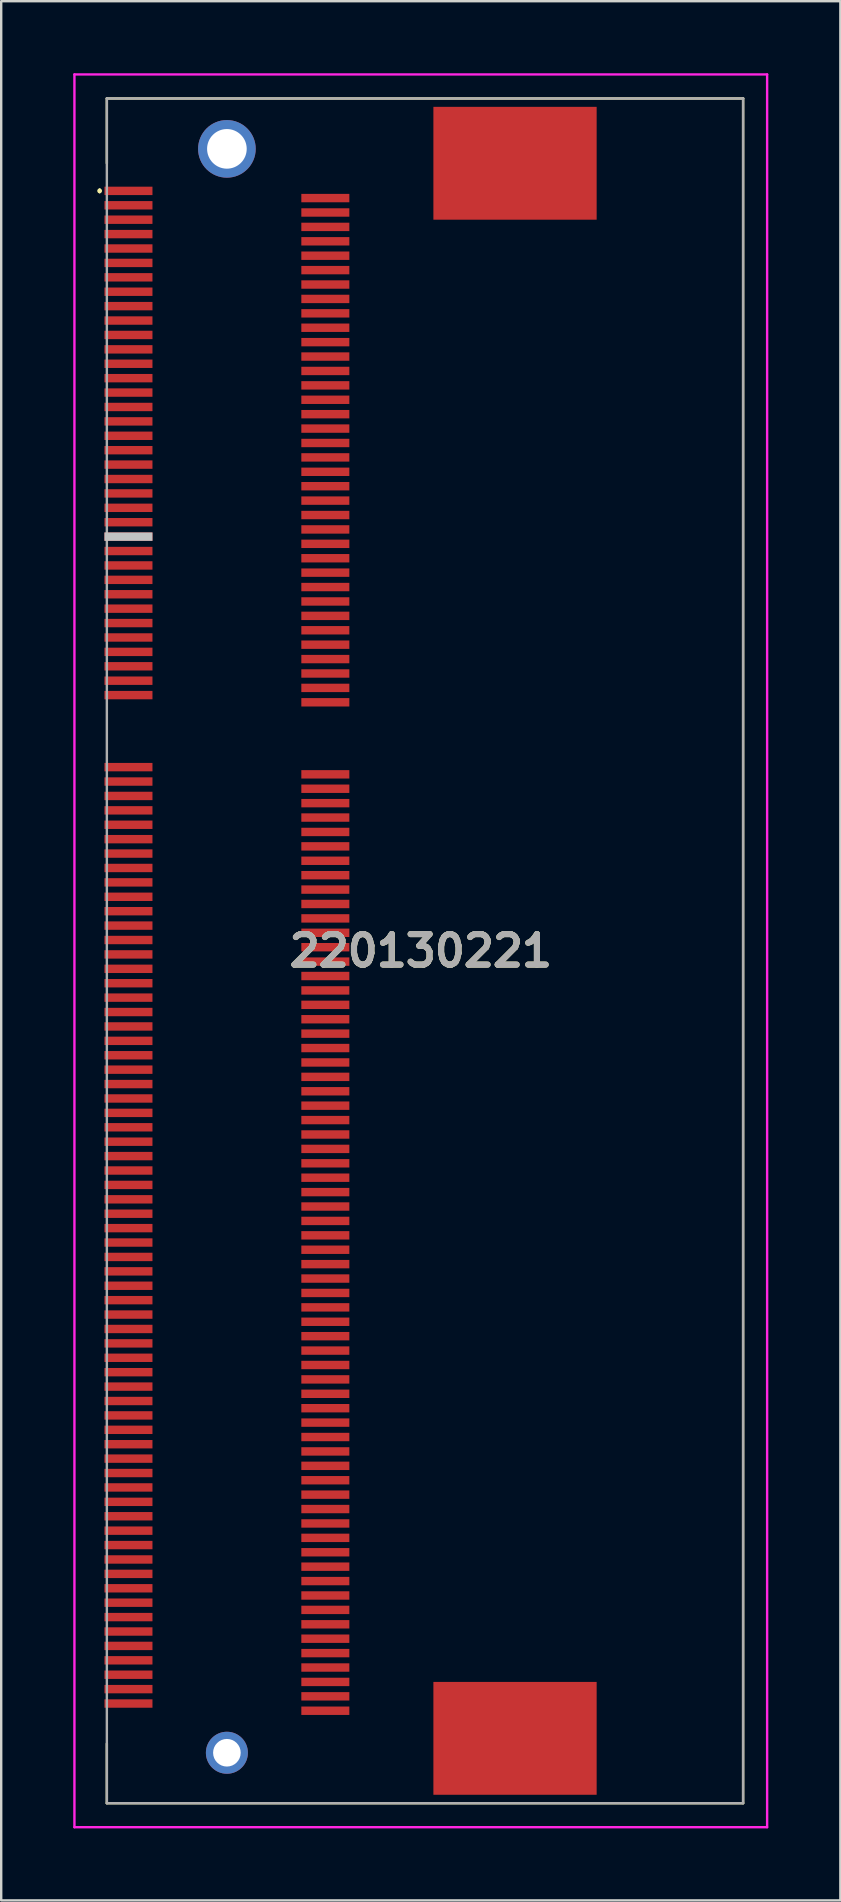
<source format=kicad_pcb>
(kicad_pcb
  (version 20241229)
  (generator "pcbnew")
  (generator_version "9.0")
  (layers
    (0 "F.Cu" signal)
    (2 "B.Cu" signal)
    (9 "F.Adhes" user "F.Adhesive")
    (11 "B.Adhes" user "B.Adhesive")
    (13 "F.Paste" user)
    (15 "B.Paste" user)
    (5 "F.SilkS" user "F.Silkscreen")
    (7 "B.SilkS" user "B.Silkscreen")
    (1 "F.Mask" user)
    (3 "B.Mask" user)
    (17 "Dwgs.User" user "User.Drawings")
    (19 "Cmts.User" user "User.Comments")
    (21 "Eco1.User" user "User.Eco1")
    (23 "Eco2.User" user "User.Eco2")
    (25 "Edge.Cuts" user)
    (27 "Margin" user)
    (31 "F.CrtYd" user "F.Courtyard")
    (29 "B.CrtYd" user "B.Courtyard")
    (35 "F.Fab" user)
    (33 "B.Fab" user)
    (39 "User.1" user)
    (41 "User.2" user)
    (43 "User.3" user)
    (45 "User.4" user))
  (footprint "220130221"
    (layer "F.Cu")
    (at 6.4 36.55)
    (property "Reference" "220130221" (at 8.075 0 0) (layer "F.SilkS") (effects (font (size 1.27 1.27) (thickness 0.254))))
    (attr through_hole)
    (fp_line (start -5.3 -31.7) (end -5.3 -31.7) (stroke (width 0.1) (type solid)) (layer "F.SilkS"))
    (fp_line (start -5.3 -31.6) (end -5.3 -31.6) (stroke (width 0.1) (type solid)) (layer "F.SilkS"))
    (fp_line (start -5 -35.5) (end 21.5 -35.5) (stroke (width 0.1) (type solid)) (layer "F.SilkS"))
    (fp_line (start -5 -32.8) (end -5 -35.5) (stroke (width 0.1) (type solid)) (layer "F.SilkS"))
    (fp_line (start -5 35.5) (end -5 33.02) (stroke (width 0.1) (type solid)) (layer "F.SilkS"))
    (fp_line (start 21.5 -35.5) (end 21.5 35.5) (stroke (width 0.1) (type solid)) (layer "F.SilkS"))
    (fp_line (start 21.5 35.5) (end -5 35.5) (stroke (width 0.1) (type solid)) (layer "F.SilkS"))
    (fp_arc (start -5.3 -31.7) (mid -5.25 -31.65) (end -5.3 -31.6) (stroke (width 0.1) (type solid)) (layer "F.SilkS"))
    (fp_arc (start -5.3 -31.6) (mid -5.35 -31.65) (end -5.3 -31.7) (stroke (width 0.1) (type solid)) (layer "F.SilkS"))
    (fp_line (start -6.35 -36.5) (end 22.5 -36.5) (stroke (width 0.1) (type solid)) (layer "F.CrtYd"))
    (fp_line (start -6.35 36.5) (end -6.35 -36.5) (stroke (width 0.1) (type solid)) (layer "F.CrtYd"))
    (fp_line (start 22.5 -36.5) (end 22.5 36.5) (stroke (width 0.1) (type solid)) (layer "F.CrtYd"))
    (fp_line (start 22.5 36.5) (end -6.35 36.5) (stroke (width 0.1) (type solid)) (layer "F.CrtYd"))
    (fp_line (start -5 -35.5) (end 21.5 -35.5) (stroke (width 0.1) (type solid)) (layer "F.Fab"))
    (fp_line (start -5 35.5) (end -5 -35.5) (stroke (width 0.1) (type solid)) (layer "F.Fab"))
    (fp_line (start 21.5 -35.5) (end 21.5 35.5) (stroke (width 0.1) (type solid)) (layer "F.Fab"))
    (fp_line (start 21.5 35.5) (end -5 35.5) (stroke (width 0.1) (type solid)) (layer "F.Fab"))
    (fp_text user "${REFERENCE}" (at 8.075 0 0) (layer "F.Fab") (effects (font (size 1.27 1.27) (thickness 0.254))))
    (pad "1" smd rect (at -4.1 -31.65 90) (size 0.35 2) (layers "F.Cu" "F.Mask" "F.Paste"))
    (pad "2" smd rect (at 4.1 -31.35 90) (size 0.35 2) (layers "F.Cu" "F.Mask" "F.Paste"))
    (pad "3" smd rect (at -4.1 -31.05 90) (size 0.35 2) (layers "F.Cu" "F.Mask" "F.Paste"))
    (pad "3" smd rect (at 4.1 -30.75 90) (size 0.35 2) (layers "F.Cu" "F.Mask" "F.Paste"))
    (pad "5" smd rect (at -4.1 -30.45 90) (size 0.35 2) (layers "F.Cu" "F.Mask" "F.Paste"))
    (pad "5" smd rect (at 4.1 -30.15 90) (size 0.35 2) (layers "F.Cu" "F.Mask" "F.Paste"))
    (pad "7" smd rect (at -4.1 -29.85 90) (size 0.35 2) (layers "F.Cu" "F.Mask" "F.Paste"))
    (pad "7" smd rect (at 4.1 -29.55 90) (size 0.35 2) (layers "F.Cu" "F.Mask" "F.Paste"))
    (pad "9" smd rect (at -4.1 -29.25 90) (size 0.35 2) (layers "F.Cu" "F.Mask" "F.Paste"))
    (pad "9" smd rect (at 4.1 -28.95 90) (size 0.35 2) (layers "F.Cu" "F.Mask" "F.Paste"))
    (pad "11" smd rect (at -4.1 -28.65 90) (size 0.35 2) (layers "F.Cu" "F.Mask" "F.Paste"))
    (pad "11" smd rect (at 4.1 -28.35 90) (size 0.35 2) (layers "F.Cu" "F.Mask" "F.Paste"))
    (pad "13" smd rect (at -4.1 -28.05 90) (size 0.35 2) (layers "F.Cu" "F.Mask" "F.Paste"))
    (pad "13" smd rect (at 4.1 -27.75 90) (size 0.35 2) (layers "F.Cu" "F.Mask" "F.Paste"))
    (pad "15" smd rect (at -4.1 -27.45 90) (size 0.35 2) (layers "F.Cu" "F.Mask" "F.Paste"))
    (pad "15" smd rect (at 4.1 -27.15 90) (size 0.35 2) (layers "F.Cu" "F.Mask" "F.Paste"))
    (pad "17" smd rect (at -4.1 -26.85 90) (size 0.35 2) (layers "F.Cu" "F.Mask" "F.Paste"))
    (pad "17" smd rect (at 4.1 -26.55 90) (size 0.35 2) (layers "F.Cu" "F.Mask" "F.Paste"))
    (pad "19" smd rect (at -4.1 -26.25 90) (size 0.35 2) (layers "F.Cu" "F.Mask" "F.Paste"))
    (pad "19" smd rect (at 4.1 -25.95 90) (size 0.35 2) (layers "F.Cu" "F.Mask" "F.Paste"))
    (pad "21" smd rect (at -4.1 -25.65 90) (size 0.35 2) (layers "F.Cu" "F.Mask" "F.Paste" "Eco2.User"))
    (pad "21" smd rect (at 4.1 -25.35 90) (size 0.35 2) (layers "F.Cu" "F.Mask" "F.Paste"))
    (pad "23" smd rect (at -4.1 -25.05 90) (size 0.35 2) (layers "F.Cu" "F.Mask" "F.Paste"))
    (pad "23" smd rect (at 4.1 -24.75 90) (size 0.35 2) (layers "F.Cu" "F.Mask" "F.Paste"))
    (pad "25" smd rect (at -4.1 -24.45 90) (size 0.35 2) (layers "F.Cu" "F.Mask" "F.Paste"))
    (pad "25" smd rect (at 4.1 -24.15 90) (size 0.35 2) (layers "F.Cu" "F.Mask" "F.Paste"))
    (pad "27" smd rect (at -4.1 -23.85 90) (size 0.35 2) (layers "F.Cu" "F.Mask" "F.Paste"))
    (pad "27" smd rect (at 4.1 -23.55 90) (size 0.35 2) (layers "F.Cu" "F.Mask" "F.Paste"))
    (pad "29" smd rect (at -4.1 -23.25 90) (size 0.35 2) (layers "F.Cu" "F.Mask" "F.Paste"))
    (pad "29" smd rect (at 4.1 -22.95 90) (size 0.35 2) (layers "F.Cu" "F.Mask" "F.Paste"))
    (pad "31" smd rect (at -4.1 -22.65 90) (size 0.35 2) (layers "F.Cu" "F.Mask" "F.Paste"))
    (pad "31" smd rect (at 4.1 -22.35 90) (size 0.35 2) (layers "F.Cu" "F.Mask" "F.Paste"))
    (pad "33" smd rect (at -4.1 -22.05 90) (size 0.35 2) (layers "F.Cu" "F.Mask" "F.Paste"))
    (pad "33" smd rect (at 4.1 -21.75 90) (size 0.35 2) (layers "F.Cu" "F.Mask" "F.Paste"))
    (pad "35" smd rect (at -4.1 -21.45 90) (size 0.35 2) (layers "F.Cu" "F.Mask" "F.Paste"))
    (pad "35" smd rect (at 4.1 -21.15 90) (size 0.35 2) (layers "F.Cu" "F.Mask" "F.Paste"))
    (pad "37" smd rect (at -4.1 -20.85 90) (size 0.35 2) (layers "F.Cu" "F.Mask" "F.Paste"))
    (pad "37" smd rect (at 4.1 -20.55 90) (size 0.35 2) (layers "F.Cu" "F.Mask" "F.Paste"))
    (pad "39" smd rect (at -4.1 -20.25 90) (size 0.35 2) (layers "F.Cu" "F.Mask" "F.Paste"))
    (pad "39" smd rect (at 4.1 -19.95 90) (size 0.35 2) (layers "F.Cu" "F.Mask" "F.Paste"))
    (pad "41" smd rect (at -4.1 -19.65 90) (size 0.35 2) (layers "F.Cu" "F.Mask" "F.Paste"))
    (pad "41" smd rect (at 4.1 -19.35 90) (size 0.35 2) (layers "F.Cu" "F.Mask" "F.Paste"))
    (pad "43" smd rect (at -4.1 -19.05 90) (size 0.35 2) (layers "F.Cu" "F.Mask" "F.Paste"))
    (pad "43" smd rect (at 4.1 -18.75 90) (size 0.35 2) (layers "F.Cu" "F.Mask" "F.Paste"))
    (pad "45" smd rect (at -4.1 -18.45 90) (size 0.35 2) (layers "F.Cu" "F.Mask" "F.Paste"))
    (pad "45" smd rect (at 4.1 -18.15 90) (size 0.35 2) (layers "F.Cu" "F.Mask" "F.Paste"))
    (pad "47" smd rect (at -4.1 -17.85 90) (size 0.35 2) (layers "F.Cu" "F.Mask" "F.Paste"))
    (pad "47" smd rect (at 4.1 -17.55 90) (size 0.35 2) (layers "F.Cu" "F.Mask" "F.Paste"))
    (pad "49" smd rect (at -4.1 -17.25 90) (size 0.35 2) (layers "F.Cu" "F.Mask" "F.Paste" "Dwgs.User"))
    (pad "49" smd rect (at 4.1 -16.95 90) (size 0.35 2) (layers "F.Cu" "F.Mask" "F.Paste"))
    (pad "51" smd rect (at -4.1 -16.65 90) (size 0.35 2) (layers "F.Cu" "F.Mask" "F.Paste"))
    (pad "51" smd rect (at 4.1 -16.35 90) (size 0.35 2) (layers "F.Cu" "F.Mask" "F.Paste"))
    (pad "53" smd rect (at -4.1 -16.05 90) (size 0.35 2) (layers "F.Cu" "F.Mask" "F.Paste"))
    (pad "53" smd rect (at 4.1 -15.75 90) (size 0.35 2) (layers "F.Cu" "F.Mask" "F.Paste"))
    (pad "55" smd rect (at -4.1 -15.45 90) (size 0.35 2) (layers "F.Cu" "F.Mask" "F.Paste"))
    (pad "55" smd rect (at 4.1 -15.15 90) (size 0.35 2) (layers "F.Cu" "F.Mask" "F.Paste"))
    (pad "57" smd rect (at -4.1 -14.85 90) (size 0.35 2) (layers "F.Cu" "F.Mask" "F.Paste"))
    (pad "57" smd rect (at 4.1 -14.55 90) (size 0.35 2) (layers "F.Cu" "F.Mask" "F.Paste"))
    (pad "59" smd rect (at 4.1 -13.95 90) (size 0.35 2) (layers "F.Cu" "F.Mask" "F.Paste"))
    (pad "60" smd rect (at -4.1 -14.25 90) (size 0.35 2) (layers "F.Cu" "F.Mask" "F.Paste"))
    (pad "61" smd rect (at 4.1 -13.35 90) (size 0.35 2) (layers "F.Cu" "F.Mask" "F.Paste"))
    (pad "62" smd rect (at -4.1 -13.65 90) (size 0.35 2) (layers "F.Cu" "F.Mask" "F.Paste"))
    (pad "63" smd rect (at 4.1 -12.75 90) (size 0.35 2) (layers "F.Cu" "F.Mask" "F.Paste"))
    (pad "64" smd rect (at -4.1 -13.05 90) (size 0.35 2) (layers "F.Cu" "F.Mask" "F.Paste"))
    (pad "65" smd rect (at 4.1 -12.15 90) (size 0.35 2) (layers "F.Cu" "F.Mask" "F.Paste"))
    (pad "66" smd rect (at -4.1 -12.45 90) (size 0.35 2) (layers "F.Cu" "F.Mask" "F.Paste"))
    (pad "67" smd rect (at 4.1 -11.55 90) (size 0.35 2) (layers "F.Cu" "F.Mask" "F.Paste"))
    (pad "68" smd rect (at -4.1 -11.85 90) (size 0.35 2) (layers "F.Cu" "F.Mask" "F.Paste"))
    (pad "69" smd rect (at 4.1 -10.95 90) (size 0.35 2) (layers "F.Cu" "F.Mask" "F.Paste"))
    (pad "70" smd rect (at -4.1 -11.25 90) (size 0.35 2) (layers "F.Cu" "F.Mask" "F.Paste"))
    (pad "71" smd rect (at 4.1 -10.35 90) (size 0.35 2) (layers "F.Cu" "F.Mask" "F.Paste"))
    (pad "72" smd rect (at -4.1 -10.65 90) (size 0.35 2) (layers "F.Cu" "F.Mask" "F.Paste"))
    (pad "73" smd rect (at -4.1 -7.65 90) (size 0.35 2) (layers "F.Cu" "F.Mask" "F.Paste"))
    (pad "74" smd rect (at 4.1 -7.35 90) (size 0.35 2) (layers "F.Cu" "F.Mask" "F.Paste"))
    (pad "75" smd rect (at -4.1 -7.05 90) (size 0.35 2) (layers "F.Cu" "F.Mask" "F.Paste"))
    (pad "76" smd rect (at 4.1 -6.75 90) (size 0.35 2) (layers "F.Cu" "F.Mask" "F.Paste"))
    (pad "77" smd rect (at -4.1 -6.45 90) (size 0.35 2) (layers "F.Cu" "F.Mask" "F.Paste"))
    (pad "78" smd rect (at 4.1 -6.15 90) (size 0.35 2) (layers "F.Cu" "F.Mask" "F.Paste"))
    (pad "79" smd rect (at -4.1 -5.85 90) (size 0.35 2) (layers "F.Cu" "F.Mask" "F.Paste"))
    (pad "80" smd rect (at 4.1 -5.55 90) (size 0.35 2) (layers "F.Cu" "F.Mask" "F.Paste"))
    (pad "81" smd rect (at -4.1 -5.25 90) (size 0.35 2) (layers "F.Cu" "F.Mask" "F.Paste"))
    (pad "82" smd rect (at 4.1 -4.95 90) (size 0.35 2) (layers "F.Cu" "F.Mask" "F.Paste"))
    (pad "83" smd rect (at -4.1 -4.65 90) (size 0.35 2) (layers "F.Cu" "F.Mask" "F.Paste"))
    (pad "84" smd rect (at 4.1 -4.35 90) (size 0.35 2) (layers "F.Cu" "F.Mask" "F.Paste"))
    (pad "85" smd rect (at -4.1 -4.05 90) (size 0.35 2) (layers "F.Cu" "F.Mask" "F.Paste"))
    (pad "86" smd rect (at 4.1 -3.75 90) (size 0.35 2) (layers "F.Cu" "F.Mask" "F.Paste"))
    (pad "87" smd rect (at -4.1 -3.45 90) (size 0.35 2) (layers "F.Cu" "F.Mask" "F.Paste"))
    (pad "88" smd rect (at 4.1 -3.15 90) (size 0.35 2) (layers "F.Cu" "F.Mask" "F.Paste"))
    (pad "89" smd rect (at -4.1 -2.85 90) (size 0.35 2) (layers "F.Cu" "F.Mask" "F.Paste"))
    (pad "90" smd rect (at 4.1 -2.55 90) (size 0.35 2) (layers "F.Cu" "F.Mask" "F.Paste"))
    (pad "91" smd rect (at -4.1 -2.25 90) (size 0.35 2) (layers "F.Cu" "F.Mask" "F.Paste"))
    (pad "92" smd rect (at 4.1 -1.95 90) (size 0.35 2) (layers "F.Cu" "F.Mask" "F.Paste"))
    (pad "93" smd rect (at -4.1 -1.65 90) (size 0.35 2) (layers "F.Cu" "F.Mask" "F.Paste"))
    (pad "94" smd rect (at 4.1 -1.35 90) (size 0.35 2) (layers "F.Cu" "F.Mask" "F.Paste"))
    (pad "95" smd rect (at -4.1 -1.05 90) (size 0.35 2) (layers "F.Cu" "F.Mask" "F.Paste"))
    (pad "96" smd rect (at 4.1 -0.75 90) (size 0.35 2) (layers "F.Cu" "F.Mask" "F.Paste"))
    (pad "97" smd rect (at -4.1 -0.45 90) (size 0.35 2) (layers "F.Cu" "F.Mask" "F.Paste"))
    (pad "98" smd rect (at 4.1 -0.15 90) (size 0.35 2) (layers "F.Cu" "F.Mask" "F.Paste"))
    (pad "99" smd rect (at -4.1 0.15 90) (size 0.35 2) (layers "F.Cu" "F.Mask" "F.Paste"))
    (pad "100" smd rect (at 4.1 0.45 90) (size 0.35 2) (layers "F.Cu" "F.Mask" "F.Paste"))
    (pad "101" smd rect (at -4.1 0.75 90) (size 0.35 2) (layers "F.Cu" "F.Mask" "F.Paste"))
    (pad "102" smd rect (at 4.1 1.05 90) (size 0.35 2) (layers "F.Cu" "F.Mask" "F.Paste"))
    (pad "103" smd rect (at -4.1 1.35 90) (size 0.35 2) (layers "F.Cu" "F.Mask" "F.Paste"))
    (pad "104" smd rect (at 4.1 1.65 90) (size 0.35 2) (layers "F.Cu" "F.Mask" "F.Paste"))
    (pad "105" smd rect (at -4.1 1.95 90) (size 0.35 2) (layers "F.Cu" "F.Mask" "F.Paste"))
    (pad "106" smd rect (at 4.1 2.25 90) (size 0.35 2) (layers "F.Cu" "F.Mask" "F.Paste"))
    (pad "107" smd rect (at -4.1 2.55 90) (size 0.35 2) (layers "F.Cu" "F.Mask" "F.Paste"))
    (pad "108" smd rect (at 4.1 2.85 90) (size 0.35 2) (layers "F.Cu" "F.Mask" "F.Paste"))
    (pad "109" smd rect (at -4.1 3.15 90) (size 0.35 2) (layers "F.Cu" "F.Mask" "F.Paste"))
    (pad "110" smd rect (at 4.1 3.45 90) (size 0.35 2) (layers "F.Cu" "F.Mask" "F.Paste"))
    (pad "111" smd rect (at -4.1 3.75 90) (size 0.35 2) (layers "F.Cu" "F.Mask" "F.Paste"))
    (pad "112" smd rect (at 4.1 4.05 90) (size 0.35 2) (layers "F.Cu" "F.Mask" "F.Paste"))
    (pad "113" smd rect (at -4.1 4.35 90) (size 0.35 2) (layers "F.Cu" "F.Mask" "F.Paste"))
    (pad "114" smd rect (at 4.1 4.65 90) (size 0.35 2) (layers "F.Cu" "F.Mask" "F.Paste"))
    (pad "115" smd rect (at -4.1 4.95 90) (size 0.35 2) (layers "F.Cu" "F.Mask" "F.Paste"))
    (pad "116" smd rect (at 4.1 5.25 90) (size 0.35 2) (layers "F.Cu" "F.Mask" "F.Paste"))
    (pad "117" smd rect (at -4.1 5.55 90) (size 0.35 2) (layers "F.Cu" "F.Mask" "F.Paste"))
    (pad "118" smd rect (at 4.1 5.85 90) (size 0.35 2) (layers "F.Cu" "F.Mask" "F.Paste"))
    (pad "119" smd rect (at -4.1 6.15 90) (size 0.35 2) (layers "F.Cu" "F.Mask" "F.Paste"))
    (pad "120" smd rect (at 4.1 6.45 90) (size 0.35 2) (layers "F.Cu" "F.Mask" "F.Paste"))
    (pad "121" smd rect (at -4.1 6.75 90) (size 0.35 2) (layers "F.Cu" "F.Mask" "F.Paste"))
    (pad "122" smd rect (at 4.1 7.05 90) (size 0.35 2) (layers "F.Cu" "F.Mask" "F.Paste"))
    (pad "123" smd rect (at -4.1 7.35 90) (size 0.35 2) (layers "F.Cu" "F.Mask" "F.Paste"))
    (pad "124" smd rect (at 4.1 7.65 90) (size 0.35 2) (layers "F.Cu" "F.Mask" "F.Paste"))
    (pad "125" smd rect (at -4.1 7.95 90) (size 0.35 2) (layers "F.Cu" "F.Mask" "F.Paste"))
    (pad "126" smd rect (at 4.1 8.25 90) (size 0.35 2) (layers "F.Cu" "F.Mask" "F.Paste"))
    (pad "127" smd rect (at -4.1 8.55 90) (size 0.35 2) (layers "F.Cu" "F.Mask" "F.Paste"))
    (pad "128" smd rect (at 4.1 8.85 90) (size 0.35 2) (layers "F.Cu" "F.Mask" "F.Paste"))
    (pad "129" smd rect (at -4.1 9.15 90) (size 0.35 2) (layers "F.Cu" "F.Mask" "F.Paste"))
    (pad "130" smd rect (at 4.1 9.45 90) (size 0.35 2) (layers "F.Cu" "F.Mask" "F.Paste"))
    (pad "131" smd rect (at -4.1 9.75 90) (size 0.35 2) (layers "F.Cu" "F.Mask" "F.Paste"))
    (pad "132" smd rect (at 4.1 10.05 90) (size 0.35 2) (layers "F.Cu" "F.Mask" "F.Paste"))
    (pad "133" smd rect (at -4.1 10.35 90) (size 0.35 2) (layers "F.Cu" "F.Mask" "F.Paste"))
    (pad "134" smd rect (at 4.1 10.65 90) (size 0.35 2) (layers "F.Cu" "F.Mask" "F.Paste"))
    (pad "135" smd rect (at -4.1 10.95 90) (size 0.35 2) (layers "F.Cu" "F.Mask" "F.Paste"))
    (pad "136" smd rect (at 4.1 11.25 90) (size 0.35 2) (layers "F.Cu" "F.Mask" "F.Paste"))
    (pad "137" smd rect (at -4.1 11.55 90) (size 0.35 2) (layers "F.Cu" "F.Mask" "F.Paste"))
    (pad "138" smd rect (at 4.1 11.85 90) (size 0.35 2) (layers "F.Cu" "F.Mask" "F.Paste"))
    (pad "139" smd rect (at -4.1 12.15 90) (size 0.35 2) (layers "F.Cu" "F.Mask" "F.Paste"))
    (pad "140" smd rect (at 4.1 12.45 90) (size 0.35 2) (layers "F.Cu" "F.Mask" "F.Paste"))
    (pad "141" smd rect (at -4.1 12.75 90) (size 0.35 2) (layers "F.Cu" "F.Mask" "F.Paste"))
    (pad "142" smd rect (at 4.1 13.05 90) (size 0.35 2) (layers "F.Cu" "F.Mask" "F.Paste"))
    (pad "143" smd rect (at -4.1 13.35 90) (size 0.35 2) (layers "F.Cu" "F.Mask" "F.Paste"))
    (pad "144" smd rect (at 4.1 13.65 90) (size 0.35 2) (layers "F.Cu" "F.Mask" "F.Paste"))
    (pad "145" smd rect (at -4.1 13.95 90) (size 0.35 2) (layers "F.Cu" "F.Mask" "F.Paste"))
    (pad "146" smd rect (at 4.1 14.25 90) (size 0.35 2) (layers "F.Cu" "F.Mask" "F.Paste"))
    (pad "147" smd rect (at -4.1 14.55 90) (size 0.35 2) (layers "F.Cu" "F.Mask" "F.Paste"))
    (pad "148" smd rect (at 4.1 14.85 90) (size 0.35 2) (layers "F.Cu" "F.Mask" "F.Paste"))
    (pad "149" smd rect (at -4.1 15.15 90) (size 0.35 2) (layers "F.Cu" "F.Mask" "F.Paste"))
    (pad "150" smd rect (at 4.1 15.45 90) (size 0.35 2) (layers "F.Cu" "F.Mask" "F.Paste"))
    (pad "151" smd rect (at -4.1 15.75 90) (size 0.35 2) (layers "F.Cu" "F.Mask" "F.Paste"))
    (pad "152" smd rect (at 4.1 16.05 90) (size 0.35 2) (layers "F.Cu" "F.Mask" "F.Paste"))
    (pad "153" smd rect (at -4.1 16.35 90) (size 0.35 2) (layers "F.Cu" "F.Mask" "F.Paste"))
    (pad "154" smd rect (at 4.1 16.65 90) (size 0.35 2) (layers "F.Cu" "F.Mask" "F.Paste"))
    (pad "155" smd rect (at -4.1 16.95 90) (size 0.35 2) (layers "F.Cu" "F.Mask" "F.Paste"))
    (pad "156" smd rect (at 4.1 17.25 90) (size 0.35 2) (layers "F.Cu" "F.Mask" "F.Paste"))
    (pad "157" smd rect (at -4.1 17.55 90) (size 0.35 2) (layers "F.Cu" "F.Mask" "F.Paste"))
    (pad "158" smd rect (at 4.1 17.85 90) (size 0.35 2) (layers "F.Cu" "F.Mask" "F.Paste"))
    (pad "159" smd rect (at -4.1 18.15 90) (size 0.35 2) (layers "F.Cu" "F.Mask" "F.Paste"))
    (pad "160" smd rect (at 4.1 18.45 90) (size 0.35 2) (layers "F.Cu" "F.Mask" "F.Paste"))
    (pad "161" smd rect (at -4.1 18.75 90) (size 0.35 2) (layers "F.Cu" "F.Mask" "F.Paste"))
    (pad "162" smd rect (at 4.1 19.05 90) (size 0.35 2) (layers "F.Cu" "F.Mask" "F.Paste"))
    (pad "163" smd rect (at -4.1 19.35 90) (size 0.35 2) (layers "F.Cu" "F.Mask" "F.Paste"))
    (pad "164" smd rect (at 4.1 19.65 90) (size 0.35 2) (layers "F.Cu" "F.Mask" "F.Paste"))
    (pad "165" smd rect (at -4.1 19.95 90) (size 0.35 2) (layers "F.Cu" "F.Mask" "F.Paste"))
    (pad "166" smd rect (at 4.1 20.25 90) (size 0.35 2) (layers "F.Cu" "F.Mask" "F.Paste"))
    (pad "167" smd rect (at -4.1 20.55 90) (size 0.35 2) (layers "F.Cu" "F.Mask" "F.Paste"))
    (pad "168" smd rect (at 4.1 20.85 90) (size 0.35 2) (layers "F.Cu" "F.Mask" "F.Paste"))
    (pad "169" smd rect (at -4.1 21.15 90) (size 0.35 2) (layers "F.Cu" "F.Mask" "F.Paste"))
    (pad "170" smd rect (at 4.1 21.45 90) (size 0.35 2) (layers "F.Cu" "F.Mask" "F.Paste"))
    (pad "171" smd rect (at -4.1 21.75 90) (size 0.35 2) (layers "F.Cu" "F.Mask" "F.Paste"))
    (pad "172" smd rect (at 4.1 22.05 90) (size 0.35 2) (layers "F.Cu" "F.Mask" "F.Paste"))
    (pad "173" smd rect (at -4.1 22.35 90) (size 0.35 2) (layers "F.Cu" "F.Mask" "F.Paste"))
    (pad "174" smd rect (at 4.1 22.65 90) (size 0.35 2) (layers "F.Cu" "F.Mask" "F.Paste"))
    (pad "175" smd rect (at -4.1 22.95 90) (size 0.35 2) (layers "F.Cu" "F.Mask" "F.Paste"))
    (pad "176" smd rect (at 4.1 23.25 90) (size 0.35 2) (layers "F.Cu" "F.Mask" "F.Paste"))
    (pad "177" smd rect (at -4.1 23.55 90) (size 0.35 2) (layers "F.Cu" "F.Mask" "F.Paste"))
    (pad "178" smd rect (at 4.1 23.85 90) (size 0.35 2) (layers "F.Cu" "F.Mask" "F.Paste"))
    (pad "179" smd rect (at -4.1 24.15 90) (size 0.35 2) (layers "F.Cu" "F.Mask" "F.Paste"))
    (pad "180" smd rect (at 4.1 24.45 90) (size 0.35 2) (layers "F.Cu" "F.Mask" "F.Paste"))
    (pad "181" smd rect (at -4.1 24.75 90) (size 0.35 2) (layers "F.Cu" "F.Mask" "F.Paste"))
    (pad "182" smd rect (at 4.1 25.05 90) (size 0.35 2) (layers "F.Cu" "F.Mask" "F.Paste"))
    (pad "183" smd rect (at -4.1 25.35 90) (size 0.35 2) (layers "F.Cu" "F.Mask" "F.Paste"))
    (pad "184" smd rect (at 4.1 25.65 90) (size 0.35 2) (layers "F.Cu" "F.Mask" "F.Paste"))
    (pad "185" smd rect (at -4.1 25.95 90) (size 0.35 2) (layers "F.Cu" "F.Mask" "F.Paste"))
    (pad "186" smd rect (at 4.1 26.25 90) (size 0.35 2) (layers "F.Cu" "F.Mask" "F.Paste"))
    (pad "187" smd rect (at -4.1 26.55 90) (size 0.35 2) (layers "F.Cu" "F.Mask" "F.Paste"))
    (pad "188" smd rect (at 4.1 26.85 90) (size 0.35 2) (layers "F.Cu" "F.Mask" "F.Paste"))
    (pad "189" smd rect (at -4.1 27.15 90) (size 0.35 2) (layers "F.Cu" "F.Mask" "F.Paste"))
    (pad "190" smd rect (at 4.1 27.45 90) (size 0.35 2) (layers "F.Cu" "F.Mask" "F.Paste"))
    (pad "191" smd rect (at -4.1 27.75 90) (size 0.35 2) (layers "F.Cu" "F.Mask" "F.Paste"))
    (pad "192" smd rect (at 4.1 28.05 90) (size 0.35 2) (layers "F.Cu" "F.Mask" "F.Paste"))
    (pad "193" smd rect (at -4.1 28.35 90) (size 0.35 2) (layers "F.Cu" "F.Mask" "F.Paste"))
    (pad "194" smd rect (at 4.1 28.65 90) (size 0.35 2) (layers "F.Cu" "F.Mask" "F.Paste"))
    (pad "195" smd rect (at -4.1 28.95 90) (size 0.35 2) (layers "F.Cu" "F.Mask" "F.Paste"))
    (pad "196" smd rect (at 4.1 29.25 90) (size 0.35 2) (layers "F.Cu" "F.Mask" "F.Paste"))
    (pad "197" smd rect (at -4.1 29.55 90) (size 0.35 2) (layers "F.Cu" "F.Mask" "F.Paste"))
    (pad "198" smd rect (at 4.1 29.85 90) (size 0.35 2) (layers "F.Cu" "F.Mask" "F.Paste"))
    (pad "199" smd rect (at -4.1 30.15 90) (size 0.35 2) (layers "F.Cu" "F.Mask" "F.Paste"))
    (pad "200" smd rect (at 4.1 30.45 90) (size 0.35 2) (layers "F.Cu" "F.Mask" "F.Paste"))
    (pad "201" smd rect (at -4.1 30.75 90) (size 0.35 2) (layers "F.Cu" "F.Mask" "F.Paste"))
    (pad "202" smd rect (at 4.1 31.05 90) (size 0.35 2) (layers "F.Cu" "F.Mask" "F.Paste"))
    (pad "203" smd rect (at -4.1 31.35 90) (size 0.35 2) (layers "F.Cu" "F.Mask" "F.Paste"))
    (pad "204" smd rect (at 4.1 31.65 90) (size 0.35 2) (layers "F.Cu" "F.Mask" "F.Paste"))
    (pad "MH1" thru_hole circle (at 0 -33.4) (size 2.4 2.4) (drill 1.65) (layers "*.Cu" "*.Mask"))
    (pad "MH2" thru_hole circle (at 0 33.4) (size 1.75 1.75) (drill 1.15) (layers "*.Cu" "*.Mask"))
    (pad "MP1" smd rect (at 12 -32.8 90) (size 4.7 6.8) (layers "F.Cu" "F.Mask" "F.Paste"))
    (pad "MP2" smd rect (at 12 32.8 90) (size 4.7 6.8) (layers "F.Cu" "F.Mask" "F.Paste")))
  (gr_rect
    (start -3 -3)
    (end 31.95 76.1)
    (stroke (width 0.1) (type default))
    (fill no)
    (layer "Edge.Cuts")))
</source>
